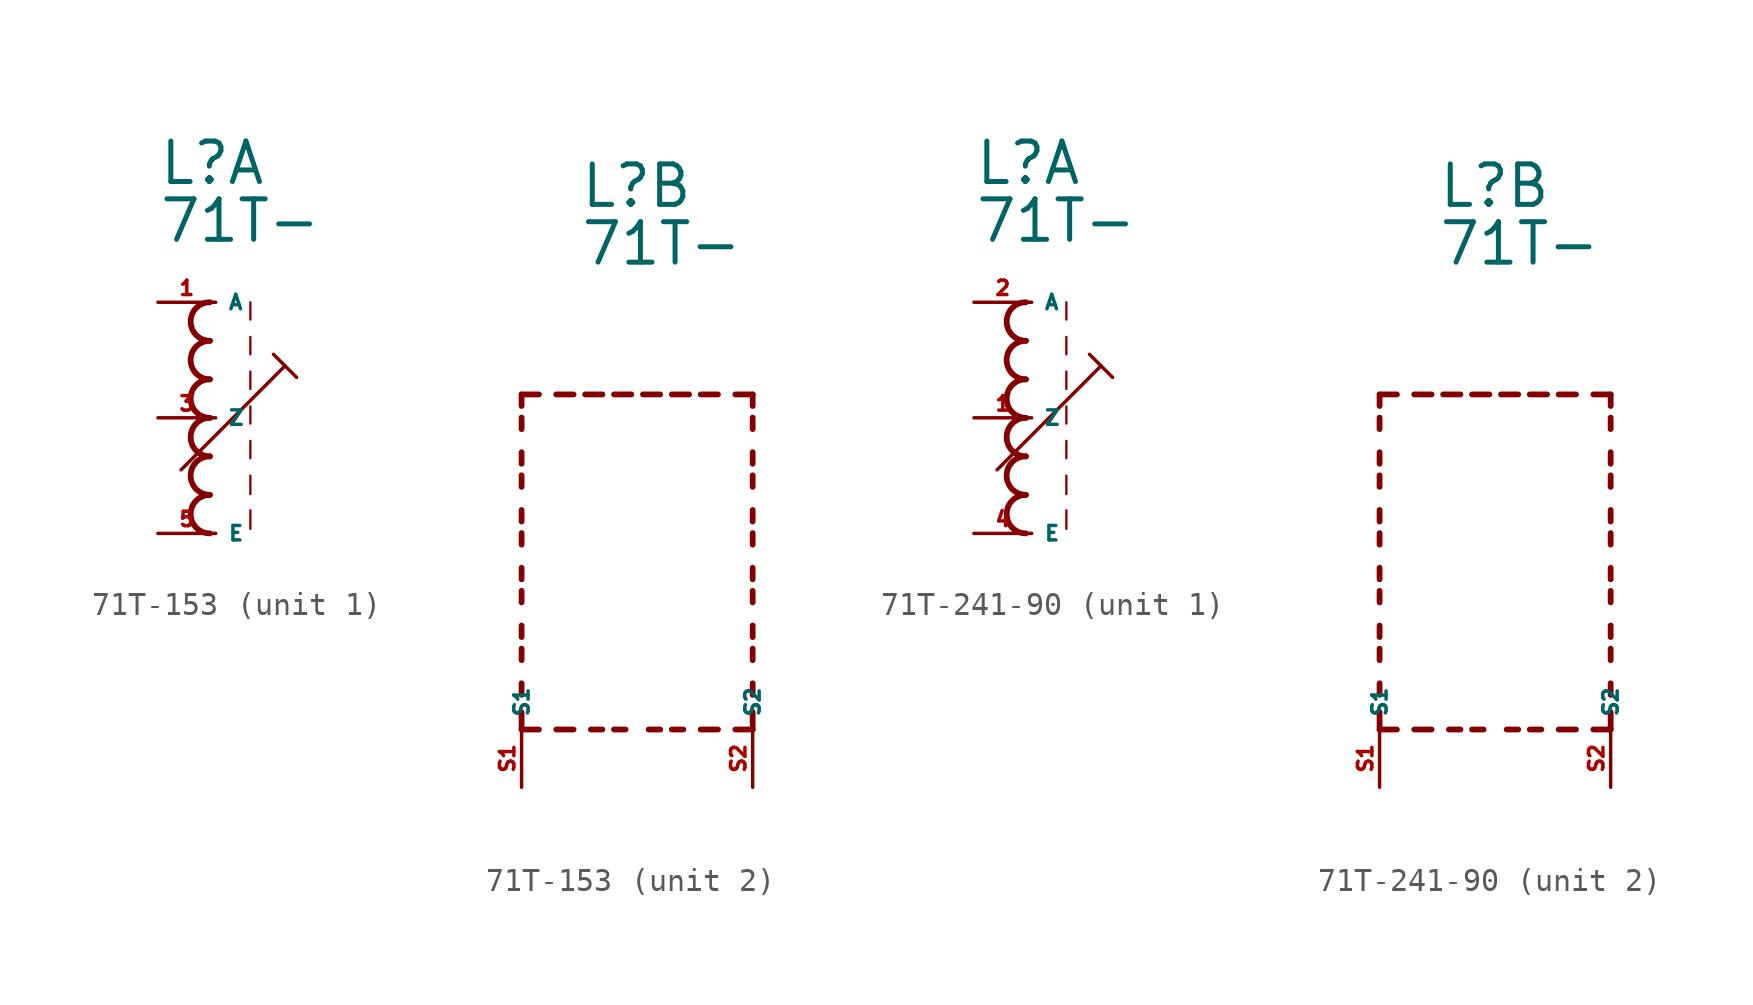
<source format=kicad_sym>
(kicad_symbol_lib
  (version 20220914)
  (generator kicad_symbol_editor)
  (symbol "71T-153"
    (property "Reference" "L"
      (at -2.54 10.16 0)
      (effects (font (size 1.778 1.778) (thickness 0.22)) (justify left bottom)))
    (property "Value" "71T-"
      (at -2.54 7.62 0)
      (effects (font (size 1.778 1.778) (thickness 0.22)) (justify left bottom)))
    (symbol "71T-153_1_0"
      (arc (start -0.254 -3.3866) (mid -1.1004 -4.2333) (end -0.254 -5.08) (stroke (width 0.254) (type default)) (fill (type none)))
      (arc (start -0.254 -1.6932) (mid -1.1004 -2.5399) (end -0.254 -3.3866) (stroke (width 0.254) (type default)) (fill (type none)))
      (arc (start -0.254 0) (mid -1.1004 -0.8467) (end -0.254 -1.6934) (stroke (width 0.254) (type default)) (fill (type none)))
      (arc (start -0.254 1.6934) (mid -1.1004 0.8467) (end -0.254 0) (stroke (width 0.254) (type default)) (fill (type none)))
      (arc (start -0.254 3.3866) (mid -1.1002 2.54) (end -0.254 1.6934) (stroke (width 0.254) (type default)) (fill (type none)))
      (arc (start -0.254 5.08) (mid -1.1004 4.2333) (end -0.254 3.3866) (stroke (width 0.254) (type default)) (fill (type none)))
      (polyline (pts (xy -1.524 -2.286) (xy 3.048 2.286)) (stroke (width 0.152) (type default)) (fill (type none)))
      (polyline (pts (xy 1.524 -4.064) (xy 1.524 -4.88)) (stroke (width 0.102) (type default)) (fill (type none)))
      (polyline (pts (xy 1.524 -2.54) (xy 1.524 -3.356)) (stroke (width 0.102) (type default)) (fill (type none)))
      (polyline (pts (xy 1.524 -1.016) (xy 1.524 -1.778)) (stroke (width 0.102) (type default)) (fill (type none)))
      (polyline (pts (xy 1.524 0.508) (xy 1.524 -0.254)) (stroke (width 0.102) (type default)) (fill (type none)))
      (polyline (pts (xy 1.524 2.032) (xy 1.524 1.27)) (stroke (width 0.102) (type default)) (fill (type none)))
      (polyline (pts (xy 1.524 3.556) (xy 1.524 2.794)) (stroke (width 0.102) (type default)) (fill (type none)))
      (polyline (pts (xy 1.524 5.08) (xy 1.524 4.318)) (stroke (width 0.102) (type default)) (fill (type none)))
      (polyline (pts (xy 2.54 2.794) (xy 3.048 2.286)) (stroke (width 0.152) (type default)) (fill (type none)))
      (polyline (pts (xy 3.048 2.286) (xy 3.556 1.778)) (stroke (width 0.152) (type default)) (fill (type none)))
      (pin passive line (at -2.54 5.08 0) (length 2.54) (name "A" (effects (font (size 0.635 0.635)))) (number "1" (effects (font (size 0.635 0.635)))))
      (pin passive line (at -2.54 0 0) (length 2.54) (name "Z" (effects (font (size 0.635 0.635)))) (number "3" (effects (font (size 0.635 0.635)))))
      (pin passive line (at -2.54 -5.08 0) (length 2.54) (name "E" (effects (font (size 0.635 0.635)))) (number "5" (effects (font (size 0.635 0.635))))))
    (symbol "71T-153_2_0"
      (polyline (pts (xy -5.08 -12.7) (xy -5.08 -11.938)) (stroke (width 0.254) (type default)) (fill (type none)))
      (polyline (pts (xy -5.08 -12.7) (xy -4.318 -12.7)) (stroke (width 0.254) (type default)) (fill (type none)))
      (polyline (pts (xy -5.08 -11.176) (xy -5.08 -10.668)) (stroke (width 0.254) (type default)) (fill (type none)))
      (polyline (pts (xy -5.08 -9.652) (xy -5.08 -9.144)) (stroke (width 0.254) (type default)) (fill (type none)))
      (polyline (pts (xy -5.08 -8.636) (xy -5.08 -8.128)) (stroke (width 0.254) (type default)) (fill (type none)))
      (polyline (pts (xy -5.08 -7.112) (xy -5.08 -6.604)) (stroke (width 0.254) (type default)) (fill (type none)))
      (polyline (pts (xy -5.08 -6.096) (xy -5.08 -5.588)) (stroke (width 0.254) (type default)) (fill (type none)))
      (polyline (pts (xy -5.08 -4.572) (xy -5.08 -4.064)) (stroke (width 0.254) (type default)) (fill (type none)))
      (polyline (pts (xy -5.08 -3.556) (xy -5.08 -3.048)) (stroke (width 0.254) (type default)) (fill (type none)))
      (polyline (pts (xy -5.08 -2.032) (xy -5.08 -1.524)) (stroke (width 0.254) (type default)) (fill (type none)))
      (polyline (pts (xy -5.08 -1.016) (xy -5.08 -0.508)) (stroke (width 0.254) (type default)) (fill (type none)))
      (polyline (pts (xy -5.08 0.508) (xy -5.08 1.016)) (stroke (width 0.254) (type default)) (fill (type none)))
      (polyline (pts (xy -5.08 1.524) (xy -5.08 2.032)) (stroke (width 0.254) (type default)) (fill (type none)))
      (polyline (pts (xy -5.08 2.032) (xy -4.318 2.032)) (stroke (width 0.254) (type default)) (fill (type none)))
      (polyline (pts (xy -3.556 -12.7) (xy -2.794 -12.7)) (stroke (width 0.254) (type default)) (fill (type none)))
      (polyline (pts (xy -3.556 2.032) (xy -2.794 2.032)) (stroke (width 0.254) (type default)) (fill (type none)))
      (polyline (pts (xy -1.524 -12.7) (xy -2.032 -12.7)) (stroke (width 0.254) (type default)) (fill (type none)))
      (polyline (pts (xy -1.524 2.032) (xy -2.286 2.032)) (stroke (width 0.254) (type default)) (fill (type none)))
      (polyline (pts (xy -1.016 2.032) (xy -0.254 2.032)) (stroke (width 0.254) (type default)) (fill (type none)))
      (polyline (pts (xy -0.508 -12.7) (xy -1.016 -12.7)) (stroke (width 0.254) (type default)) (fill (type none)))
      (polyline (pts (xy 1.016 -12.7) (xy 0.508 -12.7)) (stroke (width 0.254) (type default)) (fill (type none)))
      (polyline (pts (xy 1.016 2.032) (xy 0.254 2.032)) (stroke (width 0.254) (type default)) (fill (type none)))
      (polyline (pts (xy 1.524 2.032) (xy 2.286 2.032)) (stroke (width 0.254) (type default)) (fill (type none)))
      (polyline (pts (xy 2.032 -12.7) (xy 1.524 -12.7)) (stroke (width 0.254) (type default)) (fill (type none)))
      (polyline (pts (xy 3.556 -12.7) (xy 2.794 -12.7)) (stroke (width 0.254) (type default)) (fill (type none)))
      (polyline (pts (xy 3.556 2.032) (xy 2.794 2.032)) (stroke (width 0.254) (type default)) (fill (type none)))
      (polyline (pts (xy 5.08 -12.7) (xy 4.318 -12.7)) (stroke (width 0.254) (type default)) (fill (type none)))
      (polyline (pts (xy 5.08 -12.7) (xy 5.08 -11.938)) (stroke (width 0.254) (type default)) (fill (type none)))
      (polyline (pts (xy 5.08 -11.176) (xy 5.08 -10.668)) (stroke (width 0.254) (type default)) (fill (type none)))
      (polyline (pts (xy 5.08 -9.652) (xy 5.08 -9.144)) (stroke (width 0.254) (type default)) (fill (type none)))
      (polyline (pts (xy 5.08 -8.636) (xy 5.08 -8.128)) (stroke (width 0.254) (type default)) (fill (type none)))
      (polyline (pts (xy 5.08 -7.112) (xy 5.08 -6.604)) (stroke (width 0.254) (type default)) (fill (type none)))
      (polyline (pts (xy 5.08 -6.096) (xy 5.08 -5.588)) (stroke (width 0.254) (type default)) (fill (type none)))
      (polyline (pts (xy 5.08 -4.572) (xy 5.08 -4.064)) (stroke (width 0.254) (type default)) (fill (type none)))
      (polyline (pts (xy 5.08 -3.556) (xy 5.08 -3.048)) (stroke (width 0.254) (type default)) (fill (type none)))
      (polyline (pts (xy 5.08 -2.032) (xy 5.08 -1.524)) (stroke (width 0.254) (type default)) (fill (type none)))
      (polyline (pts (xy 5.08 -1.016) (xy 5.08 -0.508)) (stroke (width 0.254) (type default)) (fill (type none)))
      (polyline (pts (xy 5.08 0.508) (xy 5.08 1.016)) (stroke (width 0.254) (type default)) (fill (type none)))
      (polyline (pts (xy 5.08 1.524) (xy 5.08 2.032)) (stroke (width 0.254) (type default)) (fill (type none)))
      (polyline (pts (xy 5.08 2.032) (xy 4.318 2.032)) (stroke (width 0.254) (type default)) (fill (type none)))
      (pin passive line (at -5.08 -15.24 90) (length 2.54) (name "S1" (effects (font (size 0.635 0.635)))) (number "S1" (effects (font (size 0.635 0.635)))))
      (pin passive line (at 5.08 -15.24 90) (length 2.54) (name "S2" (effects (font (size 0.635 0.635)))) (number "S2" (effects (font (size 0.635 0.635)))))))
  (symbol "71T-241-90"
    (property "Reference" "L"
      (at -2.54 10.16 0)
      (effects (font (size 1.778 1.778) (thickness 0.22)) (justify left bottom)))
    (property "Value" "71T-"
      (at -2.54 7.62 0)
      (effects (font (size 1.778 1.778) (thickness 0.22)) (justify left bottom)))
    (symbol "71T-241-90_1_0"
      (arc (start -0.254 -3.3866) (mid -1.1004 -4.2333) (end -0.254 -5.08) (stroke (width 0.254) (type default)) (fill (type none)))
      (arc (start -0.254 -1.6932) (mid -1.1004 -2.5399) (end -0.254 -3.3866) (stroke (width 0.254) (type default)) (fill (type none)))
      (arc (start -0.254 0) (mid -1.1004 -0.8467) (end -0.254 -1.6934) (stroke (width 0.254) (type default)) (fill (type none)))
      (arc (start -0.254 1.6934) (mid -1.1004 0.8467) (end -0.254 0) (stroke (width 0.254) (type default)) (fill (type none)))
      (arc (start -0.254 3.3866) (mid -1.1002 2.54) (end -0.254 1.6934) (stroke (width 0.254) (type default)) (fill (type none)))
      (arc (start -0.254 5.08) (mid -1.1004 4.2333) (end -0.254 3.3866) (stroke (width 0.254) (type default)) (fill (type none)))
      (polyline (pts (xy -1.524 -2.286) (xy 3.048 2.286)) (stroke (width 0.152) (type default)) (fill (type none)))
      (polyline (pts (xy 1.524 -4.064) (xy 1.524 -4.88)) (stroke (width 0.102) (type default)) (fill (type none)))
      (polyline (pts (xy 1.524 -2.54) (xy 1.524 -3.356)) (stroke (width 0.102) (type default)) (fill (type none)))
      (polyline (pts (xy 1.524 -1.016) (xy 1.524 -1.778)) (stroke (width 0.102) (type default)) (fill (type none)))
      (polyline (pts (xy 1.524 0.508) (xy 1.524 -0.254)) (stroke (width 0.102) (type default)) (fill (type none)))
      (polyline (pts (xy 1.524 2.032) (xy 1.524 1.27)) (stroke (width 0.102) (type default)) (fill (type none)))
      (polyline (pts (xy 1.524 3.556) (xy 1.524 2.794)) (stroke (width 0.102) (type default)) (fill (type none)))
      (polyline (pts (xy 1.524 5.08) (xy 1.524 4.318)) (stroke (width 0.102) (type default)) (fill (type none)))
      (polyline (pts (xy 2.54 2.794) (xy 3.048 2.286)) (stroke (width 0.152) (type default)) (fill (type none)))
      (polyline (pts (xy 3.048 2.286) (xy 3.556 1.778)) (stroke (width 0.152) (type default)) (fill (type none)))
      (pin passive line (at -2.54 0 0) (length 2.54) (name "Z" (effects (font (size 0.635 0.635)))) (number "1" (effects (font (size 0.635 0.635)))))
      (pin passive line (at -2.54 5.08 0) (length 2.54) (name "A" (effects (font (size 0.635 0.635)))) (number "2" (effects (font (size 0.635 0.635)))))
      (pin passive line (at -2.54 -5.08 0) (length 2.54) (name "E" (effects (font (size 0.635 0.635)))) (number "4" (effects (font (size 0.635 0.635))))))
    (symbol "71T-241-90_2_0"
      (polyline (pts (xy -5.08 -12.7) (xy -5.08 -11.938)) (stroke (width 0.254) (type default)) (fill (type none)))
      (polyline (pts (xy -5.08 -12.7) (xy -4.318 -12.7)) (stroke (width 0.254) (type default)) (fill (type none)))
      (polyline (pts (xy -5.08 -11.176) (xy -5.08 -10.668)) (stroke (width 0.254) (type default)) (fill (type none)))
      (polyline (pts (xy -5.08 -9.652) (xy -5.08 -9.144)) (stroke (width 0.254) (type default)) (fill (type none)))
      (polyline (pts (xy -5.08 -8.636) (xy -5.08 -8.128)) (stroke (width 0.254) (type default)) (fill (type none)))
      (polyline (pts (xy -5.08 -7.112) (xy -5.08 -6.604)) (stroke (width 0.254) (type default)) (fill (type none)))
      (polyline (pts (xy -5.08 -6.096) (xy -5.08 -5.588)) (stroke (width 0.254) (type default)) (fill (type none)))
      (polyline (pts (xy -5.08 -4.572) (xy -5.08 -4.064)) (stroke (width 0.254) (type default)) (fill (type none)))
      (polyline (pts (xy -5.08 -3.556) (xy -5.08 -3.048)) (stroke (width 0.254) (type default)) (fill (type none)))
      (polyline (pts (xy -5.08 -2.032) (xy -5.08 -1.524)) (stroke (width 0.254) (type default)) (fill (type none)))
      (polyline (pts (xy -5.08 -1.016) (xy -5.08 -0.508)) (stroke (width 0.254) (type default)) (fill (type none)))
      (polyline (pts (xy -5.08 0.508) (xy -5.08 1.016)) (stroke (width 0.254) (type default)) (fill (type none)))
      (polyline (pts (xy -5.08 1.524) (xy -5.08 2.032)) (stroke (width 0.254) (type default)) (fill (type none)))
      (polyline (pts (xy -5.08 2.032) (xy -4.318 2.032)) (stroke (width 0.254) (type default)) (fill (type none)))
      (polyline (pts (xy -3.556 -12.7) (xy -2.794 -12.7)) (stroke (width 0.254) (type default)) (fill (type none)))
      (polyline (pts (xy -3.556 2.032) (xy -2.794 2.032)) (stroke (width 0.254) (type default)) (fill (type none)))
      (polyline (pts (xy -1.524 -12.7) (xy -2.032 -12.7)) (stroke (width 0.254) (type default)) (fill (type none)))
      (polyline (pts (xy -1.524 2.032) (xy -2.286 2.032)) (stroke (width 0.254) (type default)) (fill (type none)))
      (polyline (pts (xy -1.016 2.032) (xy -0.254 2.032)) (stroke (width 0.254) (type default)) (fill (type none)))
      (polyline (pts (xy -0.508 -12.7) (xy -1.016 -12.7)) (stroke (width 0.254) (type default)) (fill (type none)))
      (polyline (pts (xy 1.016 -12.7) (xy 0.508 -12.7)) (stroke (width 0.254) (type default)) (fill (type none)))
      (polyline (pts (xy 1.016 2.032) (xy 0.254 2.032)) (stroke (width 0.254) (type default)) (fill (type none)))
      (polyline (pts (xy 1.524 2.032) (xy 2.286 2.032)) (stroke (width 0.254) (type default)) (fill (type none)))
      (polyline (pts (xy 2.032 -12.7) (xy 1.524 -12.7)) (stroke (width 0.254) (type default)) (fill (type none)))
      (polyline (pts (xy 3.556 -12.7) (xy 2.794 -12.7)) (stroke (width 0.254) (type default)) (fill (type none)))
      (polyline (pts (xy 3.556 2.032) (xy 2.794 2.032)) (stroke (width 0.254) (type default)) (fill (type none)))
      (polyline (pts (xy 5.08 -12.7) (xy 4.318 -12.7)) (stroke (width 0.254) (type default)) (fill (type none)))
      (polyline (pts (xy 5.08 -12.7) (xy 5.08 -11.938)) (stroke (width 0.254) (type default)) (fill (type none)))
      (polyline (pts (xy 5.08 -11.176) (xy 5.08 -10.668)) (stroke (width 0.254) (type default)) (fill (type none)))
      (polyline (pts (xy 5.08 -9.652) (xy 5.08 -9.144)) (stroke (width 0.254) (type default)) (fill (type none)))
      (polyline (pts (xy 5.08 -8.636) (xy 5.08 -8.128)) (stroke (width 0.254) (type default)) (fill (type none)))
      (polyline (pts (xy 5.08 -7.112) (xy 5.08 -6.604)) (stroke (width 0.254) (type default)) (fill (type none)))
      (polyline (pts (xy 5.08 -6.096) (xy 5.08 -5.588)) (stroke (width 0.254) (type default)) (fill (type none)))
      (polyline (pts (xy 5.08 -4.572) (xy 5.08 -4.064)) (stroke (width 0.254) (type default)) (fill (type none)))
      (polyline (pts (xy 5.08 -3.556) (xy 5.08 -3.048)) (stroke (width 0.254) (type default)) (fill (type none)))
      (polyline (pts (xy 5.08 -2.032) (xy 5.08 -1.524)) (stroke (width 0.254) (type default)) (fill (type none)))
      (polyline (pts (xy 5.08 -1.016) (xy 5.08 -0.508)) (stroke (width 0.254) (type default)) (fill (type none)))
      (polyline (pts (xy 5.08 0.508) (xy 5.08 1.016)) (stroke (width 0.254) (type default)) (fill (type none)))
      (polyline (pts (xy 5.08 1.524) (xy 5.08 2.032)) (stroke (width 0.254) (type default)) (fill (type none)))
      (polyline (pts (xy 5.08 2.032) (xy 4.318 2.032)) (stroke (width 0.254) (type default)) (fill (type none)))
      (pin passive line (at -5.08 -15.24 90) (length 2.54) (name "S1" (effects (font (size 0.635 0.635)))) (number "S1" (effects (font (size 0.635 0.635)))))
      (pin passive line (at 5.08 -15.24 90) (length 2.54) (name "S2" (effects (font (size 0.635 0.635)))) (number "S2" (effects (font (size 0.635 0.635))))))))
</source>
